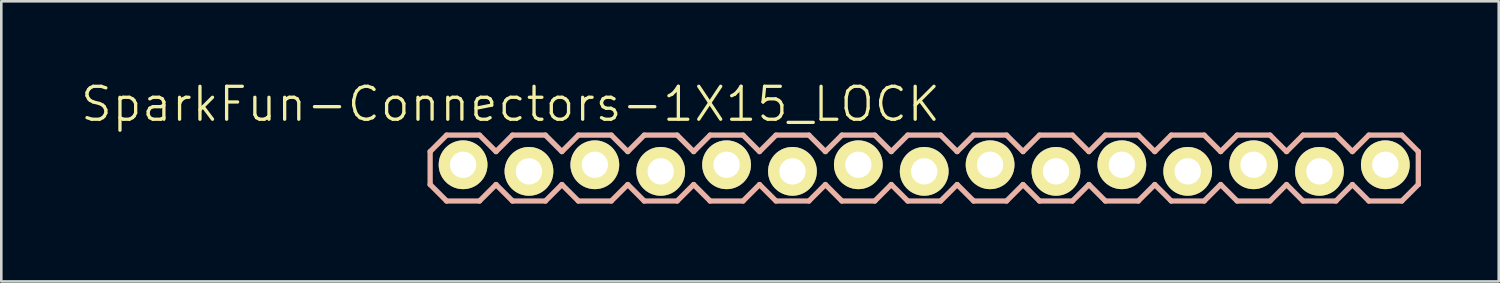
<source format=kicad_pcb>
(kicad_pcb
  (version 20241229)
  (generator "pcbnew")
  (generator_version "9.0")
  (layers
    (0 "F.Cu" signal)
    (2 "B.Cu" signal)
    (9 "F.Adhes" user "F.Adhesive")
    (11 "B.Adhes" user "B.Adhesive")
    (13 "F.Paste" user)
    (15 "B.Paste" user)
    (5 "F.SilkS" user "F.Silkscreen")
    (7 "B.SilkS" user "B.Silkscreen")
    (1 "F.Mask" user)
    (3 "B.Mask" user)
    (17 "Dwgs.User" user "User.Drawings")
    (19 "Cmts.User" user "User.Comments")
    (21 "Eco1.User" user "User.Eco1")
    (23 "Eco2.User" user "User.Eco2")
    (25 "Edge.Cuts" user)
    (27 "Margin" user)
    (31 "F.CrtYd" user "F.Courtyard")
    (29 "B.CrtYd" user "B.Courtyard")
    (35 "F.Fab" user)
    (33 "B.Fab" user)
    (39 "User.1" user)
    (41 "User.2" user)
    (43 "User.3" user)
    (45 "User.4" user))
  (footprint "SparkFun-Connectors-1X15_LOCK"
    (layer "F.Cu")
    (at 14.805 3.43)
    (property "Reference" "SparkFun-Connectors-1X15_LOCK" (at 1.829 -2.464 0) (layer "F.SilkS") (effects (font (size 1.27 1.27) (thickness 0.127))))
    (attr exclude_from_pos_files exclude_from_bom)
    (fp_line (start -0.254 -0.254) (end 0.254 -0.254) (stroke (width 0.066) (type solid)) (layer "F.SilkS"))
    (fp_line (start -0.254 0.254) (end -0.254 -0.254) (stroke (width 0.066) (type solid)) (layer "F.SilkS"))
    (fp_line (start -0.254 0.254) (end 0.254 0.254) (stroke (width 0.066) (type solid)) (layer "F.SilkS"))
    (fp_line (start 0.254 0.254) (end 0.254 -0.254) (stroke (width 0.066) (type solid)) (layer "F.SilkS"))
    (fp_line (start 2.286 -0.254) (end 2.794 -0.254) (stroke (width 0.066) (type solid)) (layer "F.SilkS"))
    (fp_line (start 2.286 0.254) (end 2.286 -0.254) (stroke (width 0.066) (type solid)) (layer "F.SilkS"))
    (fp_line (start 2.286 0.254) (end 2.794 0.254) (stroke (width 0.066) (type solid)) (layer "F.SilkS"))
    (fp_line (start 2.794 0.254) (end 2.794 -0.254) (stroke (width 0.066) (type solid)) (layer "F.SilkS"))
    (fp_line (start 4.826 -0.254) (end 5.334 -0.254) (stroke (width 0.066) (type solid)) (layer "F.SilkS"))
    (fp_line (start 4.826 0.254) (end 4.826 -0.254) (stroke (width 0.066) (type solid)) (layer "F.SilkS"))
    (fp_line (start 4.826 0.254) (end 5.334 0.254) (stroke (width 0.066) (type solid)) (layer "F.SilkS"))
    (fp_line (start 5.334 0.254) (end 5.334 -0.254) (stroke (width 0.066) (type solid)) (layer "F.SilkS"))
    (fp_line (start 7.366 -0.254) (end 7.874 -0.254) (stroke (width 0.066) (type solid)) (layer "F.SilkS"))
    (fp_line (start 7.366 0.254) (end 7.366 -0.254) (stroke (width 0.066) (type solid)) (layer "F.SilkS"))
    (fp_line (start 7.366 0.254) (end 7.874 0.254) (stroke (width 0.066) (type solid)) (layer "F.SilkS"))
    (fp_line (start 7.874 0.254) (end 7.874 -0.254) (stroke (width 0.066) (type solid)) (layer "F.SilkS"))
    (fp_line (start 9.906 -0.254) (end 10.414 -0.254) (stroke (width 0.066) (type solid)) (layer "F.SilkS"))
    (fp_line (start 9.906 0.254) (end 9.906 -0.254) (stroke (width 0.066) (type solid)) (layer "F.SilkS"))
    (fp_line (start 9.906 0.254) (end 10.414 0.254) (stroke (width 0.066) (type solid)) (layer "F.SilkS"))
    (fp_line (start 10.414 0.254) (end 10.414 -0.254) (stroke (width 0.066) (type solid)) (layer "F.SilkS"))
    (fp_line (start 12.446 -0.254) (end 12.954 -0.254) (stroke (width 0.066) (type solid)) (layer "F.SilkS"))
    (fp_line (start 12.446 0.254) (end 12.446 -0.254) (stroke (width 0.066) (type solid)) (layer "F.SilkS"))
    (fp_line (start 12.446 0.254) (end 12.954 0.254) (stroke (width 0.066) (type solid)) (layer "F.SilkS"))
    (fp_line (start 12.954 0.254) (end 12.954 -0.254) (stroke (width 0.066) (type solid)) (layer "F.SilkS"))
    (fp_line (start 14.986 -0.254) (end 15.494 -0.254) (stroke (width 0.066) (type solid)) (layer "F.SilkS"))
    (fp_line (start 14.986 0.254) (end 14.986 -0.254) (stroke (width 0.066) (type solid)) (layer "F.SilkS"))
    (fp_line (start 14.986 0.254) (end 15.494 0.254) (stroke (width 0.066) (type solid)) (layer "F.SilkS"))
    (fp_line (start 15.494 0.254) (end 15.494 -0.254) (stroke (width 0.066) (type solid)) (layer "F.SilkS"))
    (fp_line (start 17.523 -0.254) (end 18.034 -0.254) (stroke (width 0.066) (type solid)) (layer "F.SilkS"))
    (fp_line (start 17.523 0.254) (end 17.523 -0.254) (stroke (width 0.066) (type solid)) (layer "F.SilkS"))
    (fp_line (start 17.523 0.254) (end 18.034 0.254) (stroke (width 0.066) (type solid)) (layer "F.SilkS"))
    (fp_line (start 18.034 0.254) (end 18.034 -0.254) (stroke (width 0.066) (type solid)) (layer "F.SilkS"))
    (fp_line (start 20.066 -0.254) (end 20.574 -0.254) (stroke (width 0.066) (type solid)) (layer "F.SilkS"))
    (fp_line (start 20.066 0.254) (end 20.066 -0.254) (stroke (width 0.066) (type solid)) (layer "F.SilkS"))
    (fp_line (start 20.066 0.254) (end 20.574 0.254) (stroke (width 0.066) (type solid)) (layer "F.SilkS"))
    (fp_line (start 20.574 0.254) (end 20.574 -0.254) (stroke (width 0.066) (type solid)) (layer "F.SilkS"))
    (fp_line (start 22.606 -0.254) (end 23.114 -0.254) (stroke (width 0.066) (type solid)) (layer "F.SilkS"))
    (fp_line (start 22.606 0.254) (end 22.606 -0.254) (stroke (width 0.066) (type solid)) (layer "F.SilkS"))
    (fp_line (start 22.606 0.254) (end 23.114 0.254) (stroke (width 0.066) (type solid)) (layer "F.SilkS"))
    (fp_line (start 23.114 0.254) (end 23.114 -0.254) (stroke (width 0.066) (type solid)) (layer "F.SilkS"))
    (fp_line (start 25.146 -0.254) (end 25.654 -0.254) (stroke (width 0.066) (type solid)) (layer "F.SilkS"))
    (fp_line (start 25.146 0.254) (end 25.146 -0.254) (stroke (width 0.066) (type solid)) (layer "F.SilkS"))
    (fp_line (start 25.146 0.254) (end 25.654 0.254) (stroke (width 0.066) (type solid)) (layer "F.SilkS"))
    (fp_line (start 25.654 0.254) (end 25.654 -0.254) (stroke (width 0.066) (type solid)) (layer "F.SilkS"))
    (fp_line (start 27.686 -0.254) (end 28.194 -0.254) (stroke (width 0.066) (type solid)) (layer "F.SilkS"))
    (fp_line (start 27.686 0.254) (end 27.686 -0.254) (stroke (width 0.066) (type solid)) (layer "F.SilkS"))
    (fp_line (start 27.686 0.254) (end 28.194 0.254) (stroke (width 0.066) (type solid)) (layer "F.SilkS"))
    (fp_line (start 28.194 0.254) (end 28.194 -0.254) (stroke (width 0.066) (type solid)) (layer "F.SilkS"))
    (fp_line (start 30.226 -0.254) (end 30.734 -0.254) (stroke (width 0.066) (type solid)) (layer "F.SilkS"))
    (fp_line (start 30.226 0.254) (end 30.226 -0.254) (stroke (width 0.066) (type solid)) (layer "F.SilkS"))
    (fp_line (start 30.226 0.254) (end 30.734 0.254) (stroke (width 0.066) (type solid)) (layer "F.SilkS"))
    (fp_line (start 30.734 0.254) (end 30.734 -0.254) (stroke (width 0.066) (type solid)) (layer "F.SilkS"))
    (fp_line (start 32.766 -0.254) (end 33.274 -0.254) (stroke (width 0.066) (type solid)) (layer "F.SilkS"))
    (fp_line (start 32.766 0.254) (end 32.766 -0.254) (stroke (width 0.066) (type solid)) (layer "F.SilkS"))
    (fp_line (start 32.766 0.254) (end 33.274 0.254) (stroke (width 0.066) (type solid)) (layer "F.SilkS"))
    (fp_line (start 33.274 0.254) (end 33.274 -0.254) (stroke (width 0.066) (type solid)) (layer "F.SilkS"))
    (fp_line (start 35.303 -0.254) (end 35.814 -0.254) (stroke (width 0.066) (type solid)) (layer "F.SilkS"))
    (fp_line (start 35.303 0.254) (end 35.303 -0.254) (stroke (width 0.066) (type solid)) (layer "F.SilkS"))
    (fp_line (start 35.303 0.254) (end 35.814 0.254) (stroke (width 0.066) (type solid)) (layer "F.SilkS"))
    (fp_line (start 35.814 0.254) (end 35.814 -0.254) (stroke (width 0.066) (type solid)) (layer "F.SilkS"))
    (fp_line (start -1.27 -0.635) (end -1.27 0.635) (stroke (width 0.203) (type solid)) (layer "B.SilkS"))
    (fp_line (start -1.27 0.635) (end -0.635 1.27) (stroke (width 0.203) (type solid)) (layer "B.SilkS"))
    (fp_line (start -0.635 -1.27) (end -1.27 -0.635) (stroke (width 0.203) (type solid)) (layer "B.SilkS"))
    (fp_line (start -0.635 -1.27) (end 0.635 -1.27) (stroke (width 0.203) (type solid)) (layer "B.SilkS"))
    (fp_line (start 0.635 -1.27) (end 1.27 -0.635) (stroke (width 0.203) (type solid)) (layer "B.SilkS"))
    (fp_line (start 0.635 1.27) (end -0.635 1.27) (stroke (width 0.203) (type solid)) (layer "B.SilkS"))
    (fp_line (start 1.27 -0.635) (end 1.905 -1.27) (stroke (width 0.203) (type solid)) (layer "B.SilkS"))
    (fp_line (start 1.27 0.635) (end 0.635 1.27) (stroke (width 0.203) (type solid)) (layer "B.SilkS"))
    (fp_line (start 1.905 -1.27) (end 3.175 -1.27) (stroke (width 0.203) (type solid)) (layer "B.SilkS"))
    (fp_line (start 1.905 1.27) (end 1.27 0.635) (stroke (width 0.203) (type solid)) (layer "B.SilkS"))
    (fp_line (start 3.175 -1.27) (end 3.81 -0.635) (stroke (width 0.203) (type solid)) (layer "B.SilkS"))
    (fp_line (start 3.175 1.27) (end 1.905 1.27) (stroke (width 0.203) (type solid)) (layer "B.SilkS"))
    (fp_line (start 3.81 -0.635) (end 4.445 -1.27) (stroke (width 0.203) (type solid)) (layer "B.SilkS"))
    (fp_line (start 3.81 0.635) (end 3.175 1.27) (stroke (width 0.203) (type solid)) (layer "B.SilkS"))
    (fp_line (start 4.445 -1.27) (end 5.715 -1.27) (stroke (width 0.203) (type solid)) (layer "B.SilkS"))
    (fp_line (start 4.445 1.27) (end 3.81 0.635) (stroke (width 0.203) (type solid)) (layer "B.SilkS"))
    (fp_line (start 5.715 -1.27) (end 6.35 -0.635) (stroke (width 0.203) (type solid)) (layer "B.SilkS"))
    (fp_line (start 5.715 1.27) (end 4.445 1.27) (stroke (width 0.203) (type solid)) (layer "B.SilkS"))
    (fp_line (start 6.35 0.635) (end 5.715 1.27) (stroke (width 0.203) (type solid)) (layer "B.SilkS"))
    (fp_line (start 6.35 0.635) (end 6.985 1.27) (stroke (width 0.203) (type solid)) (layer "B.SilkS"))
    (fp_line (start 6.985 -1.27) (end 6.35 -0.635) (stroke (width 0.203) (type solid)) (layer "B.SilkS"))
    (fp_line (start 6.985 -1.27) (end 8.255 -1.27) (stroke (width 0.203) (type solid)) (layer "B.SilkS"))
    (fp_line (start 8.255 -1.27) (end 8.89 -0.635) (stroke (width 0.203) (type solid)) (layer "B.SilkS"))
    (fp_line (start 8.255 1.27) (end 6.985 1.27) (stroke (width 0.203) (type solid)) (layer "B.SilkS"))
    (fp_line (start 8.89 -0.635) (end 9.525 -1.27) (stroke (width 0.203) (type solid)) (layer "B.SilkS"))
    (fp_line (start 8.89 0.635) (end 8.255 1.27) (stroke (width 0.203) (type solid)) (layer "B.SilkS"))
    (fp_line (start 9.525 -1.27) (end 10.795 -1.27) (stroke (width 0.203) (type solid)) (layer "B.SilkS"))
    (fp_line (start 9.525 1.27) (end 8.89 0.635) (stroke (width 0.203) (type solid)) (layer "B.SilkS"))
    (fp_line (start 10.795 -1.27) (end 11.43 -0.635) (stroke (width 0.203) (type solid)) (layer "B.SilkS"))
    (fp_line (start 10.795 1.27) (end 9.525 1.27) (stroke (width 0.203) (type solid)) (layer "B.SilkS"))
    (fp_line (start 11.43 -0.635) (end 12.065 -1.27) (stroke (width 0.203) (type solid)) (layer "B.SilkS"))
    (fp_line (start 11.43 0.635) (end 10.795 1.27) (stroke (width 0.203) (type solid)) (layer "B.SilkS"))
    (fp_line (start 12.065 -1.27) (end 13.335 -1.27) (stroke (width 0.203) (type solid)) (layer "B.SilkS"))
    (fp_line (start 12.065 1.27) (end 11.43 0.635) (stroke (width 0.203) (type solid)) (layer "B.SilkS"))
    (fp_line (start 13.335 -1.27) (end 13.97 -0.635) (stroke (width 0.203) (type solid)) (layer "B.SilkS"))
    (fp_line (start 13.335 1.27) (end 12.065 1.27) (stroke (width 0.203) (type solid)) (layer "B.SilkS"))
    (fp_line (start 13.97 0.635) (end 13.335 1.27) (stroke (width 0.203) (type solid)) (layer "B.SilkS"))
    (fp_line (start 13.97 0.635) (end 14.605 1.27) (stroke (width 0.203) (type solid)) (layer "B.SilkS"))
    (fp_line (start 14.605 -1.27) (end 13.97 -0.635) (stroke (width 0.203) (type solid)) (layer "B.SilkS"))
    (fp_line (start 14.605 -1.27) (end 15.875 -1.27) (stroke (width 0.203) (type solid)) (layer "B.SilkS"))
    (fp_line (start 15.875 -1.27) (end 16.51 -0.635) (stroke (width 0.203) (type solid)) (layer "B.SilkS"))
    (fp_line (start 15.875 1.27) (end 14.605 1.27) (stroke (width 0.203) (type solid)) (layer "B.SilkS"))
    (fp_line (start 16.51 0.635) (end 15.875 1.27) (stroke (width 0.203) (type solid)) (layer "B.SilkS"))
    (fp_line (start 16.51 0.635) (end 17.145 1.27) (stroke (width 0.203) (type solid)) (layer "B.SilkS"))
    (fp_line (start 17.145 -1.27) (end 16.51 -0.635) (stroke (width 0.203) (type solid)) (layer "B.SilkS"))
    (fp_line (start 17.145 -1.27) (end 18.415 -1.27) (stroke (width 0.203) (type solid)) (layer "B.SilkS"))
    (fp_line (start 18.415 -1.27) (end 19.05 -0.635) (stroke (width 0.203) (type solid)) (layer "B.SilkS"))
    (fp_line (start 18.415 1.27) (end 17.145 1.27) (stroke (width 0.203) (type solid)) (layer "B.SilkS"))
    (fp_line (start 19.05 -0.635) (end 19.685 -1.27) (stroke (width 0.203) (type solid)) (layer "B.SilkS"))
    (fp_line (start 19.05 0.635) (end 18.415 1.27) (stroke (width 0.203) (type solid)) (layer "B.SilkS"))
    (fp_line (start 19.685 -1.27) (end 20.955 -1.27) (stroke (width 0.203) (type solid)) (layer "B.SilkS"))
    (fp_line (start 19.685 1.27) (end 19.05 0.635) (stroke (width 0.203) (type solid)) (layer "B.SilkS"))
    (fp_line (start 20.955 -1.27) (end 21.59 -0.635) (stroke (width 0.203) (type solid)) (layer "B.SilkS"))
    (fp_line (start 20.955 1.27) (end 19.685 1.27) (stroke (width 0.203) (type solid)) (layer "B.SilkS"))
    (fp_line (start 21.59 -0.635) (end 22.225 -1.27) (stroke (width 0.203) (type solid)) (layer "B.SilkS"))
    (fp_line (start 21.59 0.635) (end 20.955 1.27) (stroke (width 0.203) (type solid)) (layer "B.SilkS"))
    (fp_line (start 22.225 -1.27) (end 23.495 -1.27) (stroke (width 0.203) (type solid)) (layer "B.SilkS"))
    (fp_line (start 22.225 1.27) (end 21.59 0.635) (stroke (width 0.203) (type solid)) (layer "B.SilkS"))
    (fp_line (start 23.495 -1.27) (end 24.13 -0.635) (stroke (width 0.203) (type solid)) (layer "B.SilkS"))
    (fp_line (start 23.495 1.27) (end 22.225 1.27) (stroke (width 0.203) (type solid)) (layer "B.SilkS"))
    (fp_line (start 24.13 0.635) (end 23.495 1.27) (stroke (width 0.203) (type solid)) (layer "B.SilkS"))
    (fp_line (start 24.13 0.635) (end 24.765 1.27) (stroke (width 0.203) (type solid)) (layer "B.SilkS"))
    (fp_line (start 24.765 -1.27) (end 24.13 -0.635) (stroke (width 0.203) (type solid)) (layer "B.SilkS"))
    (fp_line (start 24.765 -1.27) (end 26.035 -1.27) (stroke (width 0.203) (type solid)) (layer "B.SilkS"))
    (fp_line (start 26.035 -1.27) (end 26.67 -0.635) (stroke (width 0.203) (type solid)) (layer "B.SilkS"))
    (fp_line (start 26.035 1.27) (end 24.765 1.27) (stroke (width 0.203) (type solid)) (layer "B.SilkS"))
    (fp_line (start 26.67 -0.635) (end 27.305 -1.27) (stroke (width 0.203) (type solid)) (layer "B.SilkS"))
    (fp_line (start 26.67 0.635) (end 26.035 1.27) (stroke (width 0.203) (type solid)) (layer "B.SilkS"))
    (fp_line (start 27.305 -1.27) (end 28.575 -1.27) (stroke (width 0.203) (type solid)) (layer "B.SilkS"))
    (fp_line (start 27.305 1.27) (end 26.67 0.635) (stroke (width 0.203) (type solid)) (layer "B.SilkS"))
    (fp_line (start 28.575 -1.27) (end 29.21 -0.635) (stroke (width 0.203) (type solid)) (layer "B.SilkS"))
    (fp_line (start 28.575 1.27) (end 27.305 1.27) (stroke (width 0.203) (type solid)) (layer "B.SilkS"))
    (fp_line (start 29.21 -0.635) (end 29.845 -1.27) (stroke (width 0.203) (type solid)) (layer "B.SilkS"))
    (fp_line (start 29.21 0.635) (end 28.575 1.27) (stroke (width 0.203) (type solid)) (layer "B.SilkS"))
    (fp_line (start 29.845 -1.27) (end 31.115 -1.27) (stroke (width 0.203) (type solid)) (layer "B.SilkS"))
    (fp_line (start 29.845 1.27) (end 29.21 0.635) (stroke (width 0.203) (type solid)) (layer "B.SilkS"))
    (fp_line (start 31.115 -1.27) (end 31.75 -0.635) (stroke (width 0.203) (type solid)) (layer "B.SilkS"))
    (fp_line (start 31.115 1.27) (end 29.845 1.27) (stroke (width 0.203) (type solid)) (layer "B.SilkS"))
    (fp_line (start 31.75 0.635) (end 31.115 1.27) (stroke (width 0.203) (type solid)) (layer "B.SilkS"))
    (fp_line (start 31.75 0.635) (end 32.385 1.27) (stroke (width 0.203) (type solid)) (layer "B.SilkS"))
    (fp_line (start 32.385 -1.27) (end 31.75 -0.635) (stroke (width 0.203) (type solid)) (layer "B.SilkS"))
    (fp_line (start 32.385 -1.27) (end 33.655 -1.27) (stroke (width 0.203) (type solid)) (layer "B.SilkS"))
    (fp_line (start 33.655 -1.27) (end 34.29 -0.635) (stroke (width 0.203) (type solid)) (layer "B.SilkS"))
    (fp_line (start 33.655 1.27) (end 32.385 1.27) (stroke (width 0.203) (type solid)) (layer "B.SilkS"))
    (fp_line (start 34.29 0.635) (end 33.655 1.27) (stroke (width 0.203) (type solid)) (layer "B.SilkS"))
    (fp_line (start 34.29 0.635) (end 34.925 1.27) (stroke (width 0.203) (type solid)) (layer "B.SilkS"))
    (fp_line (start 34.925 -1.27) (end 34.29 -0.635) (stroke (width 0.203) (type solid)) (layer "B.SilkS"))
    (fp_line (start 34.925 -1.27) (end 36.195 -1.27) (stroke (width 0.203) (type solid)) (layer "B.SilkS"))
    (fp_line (start 36.195 -1.27) (end 36.83 -0.635) (stroke (width 0.203) (type solid)) (layer "B.SilkS"))
    (fp_line (start 36.195 1.27) (end 34.925 1.27) (stroke (width 0.203) (type solid)) (layer "B.SilkS"))
    (fp_line (start 36.83 -0.635) (end 36.83 0.635) (stroke (width 0.203) (type solid)) (layer "B.SilkS"))
    (fp_line (start 36.83 0.635) (end 36.195 1.27) (stroke (width 0.203) (type solid)) (layer "B.SilkS"))
    (pad "1" thru_hole circle (at 0 -0.127) (size 1.88 1.88) (drill 1.016) (layers "*.Cu" "F.Mask" "F.SilkS" "F.Paste"))
    (pad "2" thru_hole circle (at 2.54 0.127) (size 1.88 1.88) (drill 1.016) (layers "*.Cu" "F.Mask" "F.SilkS" "F.Paste"))
    (pad "3" thru_hole circle (at 5.08 -0.127) (size 1.88 1.88) (drill 1.016) (layers "*.Cu" "F.Mask" "F.SilkS" "F.Paste"))
    (pad "4" thru_hole circle (at 7.62 0.127) (size 1.88 1.88) (drill 1.016) (layers "*.Cu" "F.Mask" "F.SilkS" "F.Paste"))
    (pad "5" thru_hole circle (at 10.16 -0.127) (size 1.88 1.88) (drill 1.016) (layers "*.Cu" "F.Mask" "F.SilkS" "F.Paste"))
    (pad "6" thru_hole circle (at 12.7 0.127) (size 1.88 1.88) (drill 1.016) (layers "*.Cu" "F.Mask" "F.SilkS" "F.Paste"))
    (pad "7" thru_hole circle (at 15.24 -0.127) (size 1.88 1.88) (drill 1.016) (layers "*.Cu" "F.Mask" "F.SilkS" "F.Paste"))
    (pad "8" thru_hole circle (at 17.78 0.127) (size 1.88 1.88) (drill 1.016) (layers "*.Cu" "F.Mask" "F.SilkS" "F.Paste"))
    (pad "9" thru_hole circle (at 20.32 -0.127) (size 1.88 1.88) (drill 1.016) (layers "*.Cu" "F.Mask" "F.SilkS" "F.Paste"))
    (pad "10" thru_hole circle (at 22.86 0.127) (size 1.88 1.88) (drill 1.016) (layers "*.Cu" "F.Mask" "F.SilkS" "F.Paste"))
    (pad "11" thru_hole circle (at 25.4 -0.127) (size 1.88 1.88) (drill 1.016) (layers "*.Cu" "F.Mask" "F.SilkS" "F.Paste"))
    (pad "12" thru_hole circle (at 27.94 0.127) (size 1.88 1.88) (drill 1.016) (layers "*.Cu" "F.Mask" "F.SilkS" "F.Paste"))
    (pad "13" thru_hole circle (at 30.48 -0.127) (size 1.88 1.88) (drill 1.016) (layers "*.Cu" "F.Mask" "F.SilkS" "F.Paste"))
    (pad "14" thru_hole circle (at 33.02 0.127) (size 1.88 1.88) (drill 1.016) (layers "*.Cu" "F.Mask" "F.SilkS" "F.Paste"))
    (pad "15" thru_hole circle (at 35.56 -0.127) (size 1.88 1.88) (drill 1.016) (layers "*.Cu" "F.Mask" "F.SilkS" "F.Paste")))
  (gr_rect
    (start -3 -3)
    (end 54.737 7.801)
    (stroke (width 0.1) (type default))
    (fill no)
    (layer "Edge.Cuts")))
</source>
